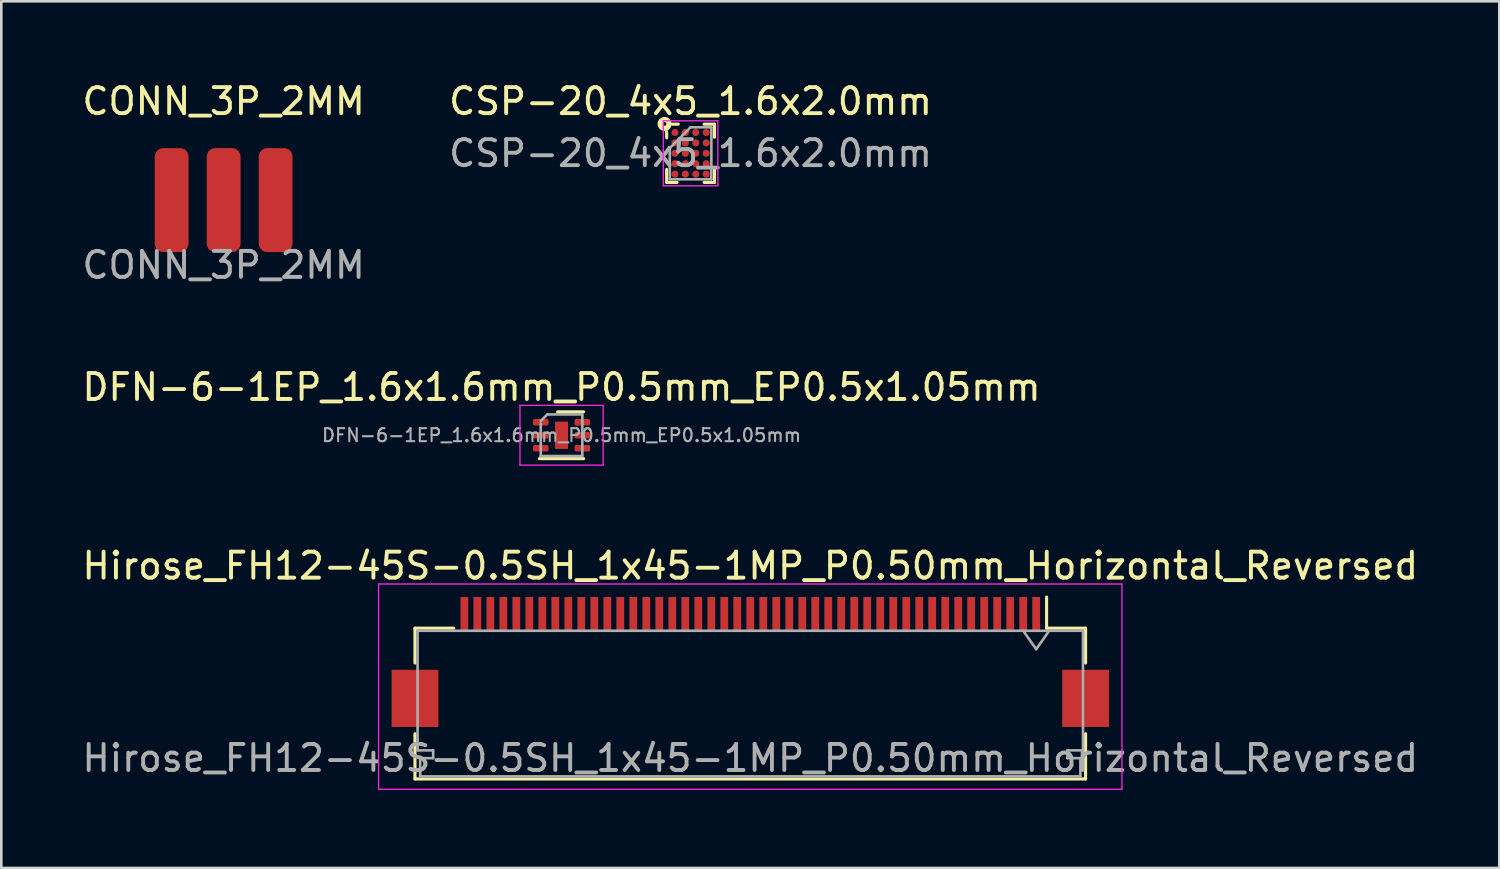
<source format=kicad_pcb>
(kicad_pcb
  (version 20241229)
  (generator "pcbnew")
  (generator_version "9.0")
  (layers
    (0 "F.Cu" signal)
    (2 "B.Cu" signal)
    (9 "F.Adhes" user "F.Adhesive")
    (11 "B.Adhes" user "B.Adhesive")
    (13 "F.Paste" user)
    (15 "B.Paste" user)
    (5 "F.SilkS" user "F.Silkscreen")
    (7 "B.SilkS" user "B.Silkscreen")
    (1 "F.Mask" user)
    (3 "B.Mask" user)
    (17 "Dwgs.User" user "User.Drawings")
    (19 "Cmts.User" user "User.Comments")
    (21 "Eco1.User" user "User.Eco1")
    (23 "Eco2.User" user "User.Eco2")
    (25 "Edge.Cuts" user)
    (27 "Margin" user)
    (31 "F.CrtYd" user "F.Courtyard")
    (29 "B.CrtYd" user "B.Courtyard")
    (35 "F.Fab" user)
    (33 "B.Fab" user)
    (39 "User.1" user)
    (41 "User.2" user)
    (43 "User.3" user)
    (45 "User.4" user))
  (footprint "DFN-6-1EP_1.6x1.6mm_P0.5mm_EP0.5x1.05mm"
    (layer "F.Cu")
    (at 18.554 13.695)
    (property "Reference" "DFN-6-1EP_1.6x1.6mm_P0.5mm_EP0.5x1.05mm" (at 0 -1.85 0) (layer "F.SilkS") (effects (font (size 1 1) (thickness 0.15))))
    (attr smd)
    (fp_line (start -0.85 0.9) (end 0.85 0.9) (stroke (width 0.12) (type solid)) (layer "F.SilkS"))
    (fp_line (start -0.15 -0.9) (end 0.85 -0.9) (stroke (width 0.12) (type solid)) (layer "F.SilkS"))
    (fp_line (start -1.6 -1.15) (end -1.6 1.15) (stroke (width 0.05) (type solid)) (layer "F.CrtYd"))
    (fp_line (start -1.6 1.15) (end 1.6 1.15) (stroke (width 0.05) (type solid)) (layer "F.CrtYd"))
    (fp_line (start 1.6 -1.15) (end -1.6 -1.15) (stroke (width 0.05) (type solid)) (layer "F.CrtYd"))
    (fp_line (start 1.6 1.15) (end 1.6 -1.15) (stroke (width 0.05) (type solid)) (layer "F.CrtYd"))
    (fp_line (start -0.8 -0.55) (end -0.55 -0.8) (stroke (width 0.1) (type solid)) (layer "F.Fab"))
    (fp_line (start -0.8 0.8) (end -0.8 -0.45) (stroke (width 0.1) (type solid)) (layer "F.Fab"))
    (fp_line (start -0.55 -0.8) (end 0.8 -0.8) (stroke (width 0.1) (type solid)) (layer "F.Fab"))
    (fp_line (start 0.8 -0.8) (end 0.8 0.8) (stroke (width 0.1) (type solid)) (layer "F.Fab"))
    (fp_line (start 0.8 0.8) (end -0.8 0.8) (stroke (width 0.1) (type solid)) (layer "F.Fab"))
    (fp_text user "${REFERENCE}" (at 0 0 0) (layer "F.Fab") (effects (font (size 0.5 0.5) (thickness 0.08))))
    (pad "" smd rect (at 0 0) (size 0.5 1.05) (layers "F.Paste"))
    (pad "1" smd roundrect (at -0.8 -0.5) (size 0.6 0.25) (layers "F.Cu" "F.Mask" "F.Paste") (roundrect_rratio 0.25))
    (pad "2" smd roundrect (at -0.8 0) (size 0.6 0.25) (layers "F.Cu" "F.Mask" "F.Paste") (roundrect_rratio 0.25))
    (pad "3" smd roundrect (at -0.8 0.5) (size 0.6 0.25) (layers "F.Cu" "F.Mask" "F.Paste") (roundrect_rratio 0.25))
    (pad "4" smd roundrect (at 0.8 0.5) (size 0.6 0.25) (layers "F.Cu" "F.Mask" "F.Paste") (roundrect_rratio 0.25))
    (pad "5" smd roundrect (at 0.8 0) (size 0.6 0.25) (layers "F.Cu" "F.Mask" "F.Paste") (roundrect_rratio 0.25))
    (pad "6" smd roundrect (at 0.8 -0.5) (size 0.6 0.25) (layers "F.Cu" "F.Mask" "F.Paste") (roundrect_rratio 0.25))
    (pad "7" smd rect (at 0 0) (size 0.5 1.05) (layers "F.Cu" "F.Mask" "F.Paste")))
  (footprint "CSP-20_4x5_1.6x2.0mm"
    (layer "F.Cu")
    (at 23.518 2.848)
    (property "Reference" "CSP-20_4x5_1.6x2.0mm" (at 0 -2 0) (unlocked yes) (layer "F.SilkS") (effects (font (size 1 1) (thickness 0.15))))
    (attr smd)
    (fp_line (start -0.92 -0.83) (end -0.92 -0.6) (stroke (width 0.12) (type default)) (layer "F.SilkS"))
    (fp_line (start -0.92 1.12) (end -0.92 0.62) (stroke (width 0.12) (type default)) (layer "F.SilkS"))
    (fp_line (start -0.705 -1.12) (end -0.475 -1.12) (stroke (width 0.12) (type default)) (layer "F.SilkS"))
    (fp_line (start -0.52 1.12) (end -0.92 1.12) (stroke (width 0.12) (type default)) (layer "F.SilkS"))
    (fp_line (start 0.52 -1.12) (end 0.92 -1.12) (stroke (width 0.12) (type default)) (layer "F.SilkS"))
    (fp_line (start 0.52 1.12) (end 0.92 1.12) (stroke (width 0.12) (type default)) (layer "F.SilkS"))
    (fp_line (start 0.92 -1.12) (end 0.92 -0.62) (stroke (width 0.12) (type default)) (layer "F.SilkS"))
    (fp_line (start 0.92 1.12) (end 0.92 0.62) (stroke (width 0.12) (type default)) (layer "F.SilkS"))
    (fp_circle (center -1 -1.13) (end -0.93 -1.13) (stroke (width 0.2) (type default)) (fill no) (layer "F.SilkS"))
    (fp_line (start -1.05 -1.25) (end 1.05 -1.25) (stroke (width 0.05) (type default)) (layer "F.CrtYd"))
    (fp_line (start -1.05 1.25) (end -1.05 -1.25) (stroke (width 0.05) (type default)) (layer "F.CrtYd"))
    (fp_line (start 1.05 -1.25) (end 1.05 1.25) (stroke (width 0.05) (type default)) (layer "F.CrtYd"))
    (fp_line (start 1.05 1.25) (end -1.05 1.25) (stroke (width 0.05) (type default)) (layer "F.CrtYd"))
    (fp_line (start -0.8 -0.2) (end -0.8 1) (stroke (width 0.1) (type default)) (layer "F.Fab"))
    (fp_line (start -0.8 1) (end 0.8 1) (stroke (width 0.1) (type default)) (layer "F.Fab"))
    (fp_line (start 0 -1) (end -0.8 -0.2) (stroke (width 0.1) (type default)) (layer "F.Fab"))
    (fp_line (start 0.8 -1) (end 0 -1) (stroke (width 0.1) (type default)) (layer "F.Fab"))
    (fp_line (start 0.8 1) (end 0.8 -1) (stroke (width 0.1) (type default)) (layer "F.Fab"))
    (fp_text user "${REFERENCE}" (at 0 0 0) (layer "F.Fab") (effects (font (size 1 1) (thickness 0.15))))
    (pad "A1" smd circle (at -0.6 -0.8) (size 0.275 0.275) (layers "F.Cu" "F.Mask" "F.Paste"))
    (pad "A2" smd circle (at -0.2 -0.8) (size 0.275 0.275) (layers "F.Cu" "F.Mask" "F.Paste"))
    (pad "A3" smd circle (at 0.2 -0.8) (size 0.275 0.275) (layers "F.Cu" "F.Mask" "F.Paste"))
    (pad "A4" smd circle (at 0.6 -0.8) (size 0.275 0.275) (layers "F.Cu" "F.Mask" "F.Paste"))
    (pad "B1" smd circle (at -0.6 -0.4) (size 0.275 0.275) (layers "F.Cu" "F.Mask" "F.Paste"))
    (pad "B2" smd circle (at -0.2 -0.4) (size 0.275 0.275) (layers "F.Cu" "F.Mask" "F.Paste"))
    (pad "B3" smd circle (at 0.2 -0.4) (size 0.275 0.275) (layers "F.Cu" "F.Mask" "F.Paste"))
    (pad "B4" smd circle (at 0.6 -0.4) (size 0.275 0.275) (layers "F.Cu" "F.Mask" "F.Paste"))
    (pad "C1" smd circle (at -0.6 0) (size 0.275 0.275) (layers "F.Cu" "F.Mask" "F.Paste"))
    (pad "C2" smd circle (at -0.2 0) (size 0.275 0.275) (layers "F.Cu" "F.Mask" "F.Paste"))
    (pad "C3" smd circle (at 0.2 0) (size 0.275 0.275) (layers "F.Cu" "F.Mask" "F.Paste"))
    (pad "C4" smd circle (at 0.6 0) (size 0.275 0.275) (layers "F.Cu" "F.Mask" "F.Paste"))
    (pad "D1" smd circle (at -0.6 0.4) (size 0.275 0.275) (layers "F.Cu" "F.Mask" "F.Paste"))
    (pad "D2" smd circle (at -0.2 0.4) (size 0.275 0.275) (layers "F.Cu" "F.Mask" "F.Paste"))
    (pad "D3" smd circle (at 0.2 0.4) (size 0.275 0.275) (layers "F.Cu" "F.Mask" "F.Paste"))
    (pad "D4" smd circle (at 0.6 0.4) (size 0.275 0.275) (layers "F.Cu" "F.Mask" "F.Paste"))
    (pad "E1" smd circle (at -0.6 0.8) (size 0.275 0.275) (layers "F.Cu" "F.Mask" "F.Paste"))
    (pad "E2" smd circle (at -0.2 0.8) (size 0.275 0.275) (layers "F.Cu" "F.Mask" "F.Paste"))
    (pad "E3" smd circle (at 0.2 0.8) (size 0.275 0.275) (layers "F.Cu" "F.Mask" "F.Paste"))
    (pad "E4" smd circle (at 0.6 0.8) (size 0.275 0.275) (layers "F.Cu" "F.Mask" "F.Paste")))
  (footprint "CONN_3P_2MM"
    (layer "F.Cu")
    (at 5.554 4.648)
    (property "Reference" "CONN_3P_2MM" (at 0 -3.8 0) (unlocked yes) (layer "F.SilkS") (effects (font (size 1 1) (thickness 0.15))))
    (attr smd)
    (fp_text user "${REFERENCE}" (at 0 2.5 0) (unlocked yes) (layer "F.Fab") (effects (font (size 1 1) (thickness 0.15))))
    (pad "1" smd roundrect (at -2 0) (size 1.3 4) (layers "F.Cu" "F.Mask" "F.Paste") (roundrect_rratio 0.25))
    (pad "2" smd roundrect (at 0 0) (size 1.3 4) (layers "F.Cu" "F.Mask" "F.Paste") (roundrect_rratio 0.25))
    (pad "3" smd roundrect (at 2 0) (size 1.3 4) (layers "F.Cu" "F.Mask" "F.Paste") (roundrect_rratio 0.25)))
  (footprint "Hirose_FH12-45S-0.5SH_1x45-1MP_P0.50mm_Horizontal_Reversed"
    (layer "F.Cu")
    (at 25.815 22.418)
    (property "Reference" "Hirose_FH12-45S-0.5SH_1x45-1MP_P0.50mm_Horizontal_Reversed" (at 0 -3.7 0) (layer "F.SilkS") (effects (font (size 1 1) (thickness 0.15))))
    (attr smd)
    (fp_line (start -12.9 -1.3) (end -12.9 0.04) (stroke (width 0.12) (type solid)) (layer "F.SilkS"))
    (fp_line (start -12.9 2.76) (end -12.9 4.5) (stroke (width 0.12) (type solid)) (layer "F.SilkS"))
    (fp_line (start -12.9 4.5) (end 12.9 4.5) (stroke (width 0.12) (type solid)) (layer "F.SilkS"))
    (fp_line (start -11.41 -1.3) (end -12.9 -1.3) (stroke (width 0.12) (type solid)) (layer "F.SilkS"))
    (fp_line (start 11.4 -1.3) (end 11.4 -2.5) (stroke (width 0.12) (type solid)) (layer "F.SilkS"))
    (fp_line (start 11.41 -1.3) (end 12.9 -1.3) (stroke (width 0.12) (type solid)) (layer "F.SilkS"))
    (fp_line (start 12.9 -1.3) (end 12.9 0.04) (stroke (width 0.12) (type solid)) (layer "F.SilkS"))
    (fp_line (start 12.9 4.5) (end 12.9 2.76) (stroke (width 0.12) (type solid)) (layer "F.SilkS"))
    (fp_line (start -14.3 -3) (end -14.3 4.9) (stroke (width 0.05) (type solid)) (layer "F.CrtYd"))
    (fp_line (start -14.3 4.9) (end 14.3 4.9) (stroke (width 0.05) (type solid)) (layer "F.CrtYd"))
    (fp_line (start 14.3 -3) (end -14.3 -3) (stroke (width 0.05) (type solid)) (layer "F.CrtYd"))
    (fp_line (start 14.3 4.9) (end 14.3 -3) (stroke (width 0.05) (type solid)) (layer "F.CrtYd"))
    (fp_line (start -12.8 -1.2) (end -12.8 3.4) (stroke (width 0.1) (type solid)) (layer "F.Fab"))
    (fp_line (start -12.8 3.4) (end -12.2 3.4) (stroke (width 0.1) (type solid)) (layer "F.Fab"))
    (fp_line (start -12.7 3.7) (end -12.7 4.4) (stroke (width 0.1) (type solid)) (layer "F.Fab"))
    (fp_line (start -12.7 4.4) (end 0 4.4) (stroke (width 0.1) (type solid)) (layer "F.Fab"))
    (fp_line (start -12.2 3.4) (end -12.2 3.7) (stroke (width 0.1) (type solid)) (layer "F.Fab"))
    (fp_line (start -12.2 3.7) (end -12.7 3.7) (stroke (width 0.1) (type solid)) (layer "F.Fab"))
    (fp_line (start 0 -1.2) (end -12.8 -1.2) (stroke (width 0.1) (type solid)) (layer "F.Fab"))
    (fp_line (start 0 -1.2) (end 12.8 -1.2) (stroke (width 0.1) (type solid)) (layer "F.Fab"))
    (fp_line (start 10.5 -1.2) (end 11 -0.493) (stroke (width 0.1) (type solid)) (layer "F.Fab"))
    (fp_line (start 11 -0.493) (end 11.5 -1.2) (stroke (width 0.1) (type solid)) (layer "F.Fab"))
    (fp_line (start 12.2 3.4) (end 12.2 3.7) (stroke (width 0.1) (type solid)) (layer "F.Fab"))
    (fp_line (start 12.2 3.7) (end 12.7 3.7) (stroke (width 0.1) (type solid)) (layer "F.Fab"))
    (fp_line (start 12.7 3.7) (end 12.7 4.4) (stroke (width 0.1) (type solid)) (layer "F.Fab"))
    (fp_line (start 12.7 4.4) (end 0 4.4) (stroke (width 0.1) (type solid)) (layer "F.Fab"))
    (fp_line (start 12.8 -1.2) (end 12.8 3.4) (stroke (width 0.1) (type solid)) (layer "F.Fab"))
    (fp_line (start 12.8 3.4) (end 12.2 3.4) (stroke (width 0.1) (type solid)) (layer "F.Fab"))
    (fp_text user "${REFERENCE}" (at 0 3.7 0) (layer "F.Fab") (effects (font (size 1 1) (thickness 0.15))))
    (pad "1" smd rect (at 11 -1.85) (size 0.3 1.3) (layers "F.Cu" "F.Mask" "F.Paste"))
    (pad "2" smd rect (at 10.5 -1.85) (size 0.3 1.3) (layers "F.Cu" "F.Mask" "F.Paste"))
    (pad "3" smd rect (at 10 -1.85) (size 0.3 1.3) (layers "F.Cu" "F.Mask" "F.Paste"))
    (pad "4" smd rect (at 9.5 -1.85) (size 0.3 1.3) (layers "F.Cu" "F.Mask" "F.Paste"))
    (pad "5" smd rect (at 9 -1.85) (size 0.3 1.3) (layers "F.Cu" "F.Mask" "F.Paste"))
    (pad "6" smd rect (at 8.5 -1.85) (size 0.3 1.3) (layers "F.Cu" "F.Mask" "F.Paste"))
    (pad "7" smd rect (at 8 -1.85) (size 0.3 1.3) (layers "F.Cu" "F.Mask" "F.Paste"))
    (pad "8" smd rect (at 7.5 -1.85) (size 0.3 1.3) (layers "F.Cu" "F.Mask" "F.Paste"))
    (pad "9" smd rect (at 7 -1.85) (size 0.3 1.3) (layers "F.Cu" "F.Mask" "F.Paste"))
    (pad "10" smd rect (at 6.5 -1.85) (size 0.3 1.3) (layers "F.Cu" "F.Mask" "F.Paste"))
    (pad "11" smd rect (at 6 -1.85) (size 0.3 1.3) (layers "F.Cu" "F.Mask" "F.Paste"))
    (pad "12" smd rect (at 5.5 -1.85) (size 0.3 1.3) (layers "F.Cu" "F.Mask" "F.Paste"))
    (pad "13" smd rect (at 5 -1.85) (size 0.3 1.3) (layers "F.Cu" "F.Mask" "F.Paste"))
    (pad "14" smd rect (at 4.5 -1.85) (size 0.3 1.3) (layers "F.Cu" "F.Mask" "F.Paste"))
    (pad "15" smd rect (at 4 -1.85) (size 0.3 1.3) (layers "F.Cu" "F.Mask" "F.Paste"))
    (pad "16" smd rect (at 3.5 -1.85) (size 0.3 1.3) (layers "F.Cu" "F.Mask" "F.Paste"))
    (pad "17" smd rect (at 3 -1.85) (size 0.3 1.3) (layers "F.Cu" "F.Mask" "F.Paste"))
    (pad "18" smd rect (at 2.5 -1.85) (size 0.3 1.3) (layers "F.Cu" "F.Mask" "F.Paste"))
    (pad "19" smd rect (at 2 -1.85) (size 0.3 1.3) (layers "F.Cu" "F.Mask" "F.Paste"))
    (pad "20" smd rect (at 1.5 -1.85) (size 0.3 1.3) (layers "F.Cu" "F.Mask" "F.Paste"))
    (pad "21" smd rect (at 1 -1.85) (size 0.3 1.3) (layers "F.Cu" "F.Mask" "F.Paste"))
    (pad "22" smd rect (at 0.5 -1.85) (size 0.3 1.3) (layers "F.Cu" "F.Mask" "F.Paste"))
    (pad "23" smd rect (at 0 -1.85) (size 0.3 1.3) (layers "F.Cu" "F.Mask" "F.Paste"))
    (pad "24" smd rect (at -0.5 -1.85) (size 0.3 1.3) (layers "F.Cu" "F.Mask" "F.Paste"))
    (pad "25" smd rect (at -1 -1.85) (size 0.3 1.3) (layers "F.Cu" "F.Mask" "F.Paste"))
    (pad "26" smd rect (at -1.5 -1.85) (size 0.3 1.3) (layers "F.Cu" "F.Mask" "F.Paste"))
    (pad "27" smd rect (at -2 -1.85) (size 0.3 1.3) (layers "F.Cu" "F.Mask" "F.Paste"))
    (pad "28" smd rect (at -2.5 -1.85) (size 0.3 1.3) (layers "F.Cu" "F.Mask" "F.Paste"))
    (pad "29" smd rect (at -3 -1.85) (size 0.3 1.3) (layers "F.Cu" "F.Mask" "F.Paste"))
    (pad "30" smd rect (at -3.5 -1.85) (size 0.3 1.3) (layers "F.Cu" "F.Mask" "F.Paste"))
    (pad "31" smd rect (at -4 -1.85) (size 0.3 1.3) (layers "F.Cu" "F.Mask" "F.Paste"))
    (pad "32" smd rect (at -4.5 -1.85) (size 0.3 1.3) (layers "F.Cu" "F.Mask" "F.Paste"))
    (pad "33" smd rect (at -5 -1.85) (size 0.3 1.3) (layers "F.Cu" "F.Mask" "F.Paste"))
    (pad "34" smd rect (at -5.5 -1.85) (size 0.3 1.3) (layers "F.Cu" "F.Mask" "F.Paste"))
    (pad "35" smd rect (at -6 -1.85) (size 0.3 1.3) (layers "F.Cu" "F.Mask" "F.Paste"))
    (pad "36" smd rect (at -6.5 -1.85) (size 0.3 1.3) (layers "F.Cu" "F.Mask" "F.Paste"))
    (pad "37" smd rect (at -7 -1.85) (size 0.3 1.3) (layers "F.Cu" "F.Mask" "F.Paste"))
    (pad "38" smd rect (at -7.5 -1.85) (size 0.3 1.3) (layers "F.Cu" "F.Mask" "F.Paste"))
    (pad "39" smd rect (at -8 -1.85) (size 0.3 1.3) (layers "F.Cu" "F.Mask" "F.Paste"))
    (pad "40" smd rect (at -8.5 -1.85) (size 0.3 1.3) (layers "F.Cu" "F.Mask" "F.Paste"))
    (pad "41" smd rect (at -9 -1.85) (size 0.3 1.3) (layers "F.Cu" "F.Mask" "F.Paste"))
    (pad "42" smd rect (at -9.5 -1.85) (size 0.3 1.3) (layers "F.Cu" "F.Mask" "F.Paste"))
    (pad "43" smd rect (at -10 -1.85) (size 0.3 1.3) (layers "F.Cu" "F.Mask" "F.Paste"))
    (pad "44" smd rect (at -10.5 -1.85) (size 0.3 1.3) (layers "F.Cu" "F.Mask" "F.Paste"))
    (pad "45" smd rect (at -11 -1.85) (size 0.3 1.3) (layers "F.Cu" "F.Mask" "F.Paste"))
    (pad "MP" smd rect (at -12.9 1.4) (size 1.8 2.2) (layers "F.Cu" "F.Mask" "F.Paste"))
    (pad "MP" smd rect (at 12.9 1.4) (size 1.8 2.2) (layers "F.Cu" "F.Mask" "F.Paste")))
  (gr_rect
    (start -3 -3)
    (end 54.631 30.343)
    (stroke (width 0.1) (type default))
    (fill no)
    (layer "Edge.Cuts")))
</source>
